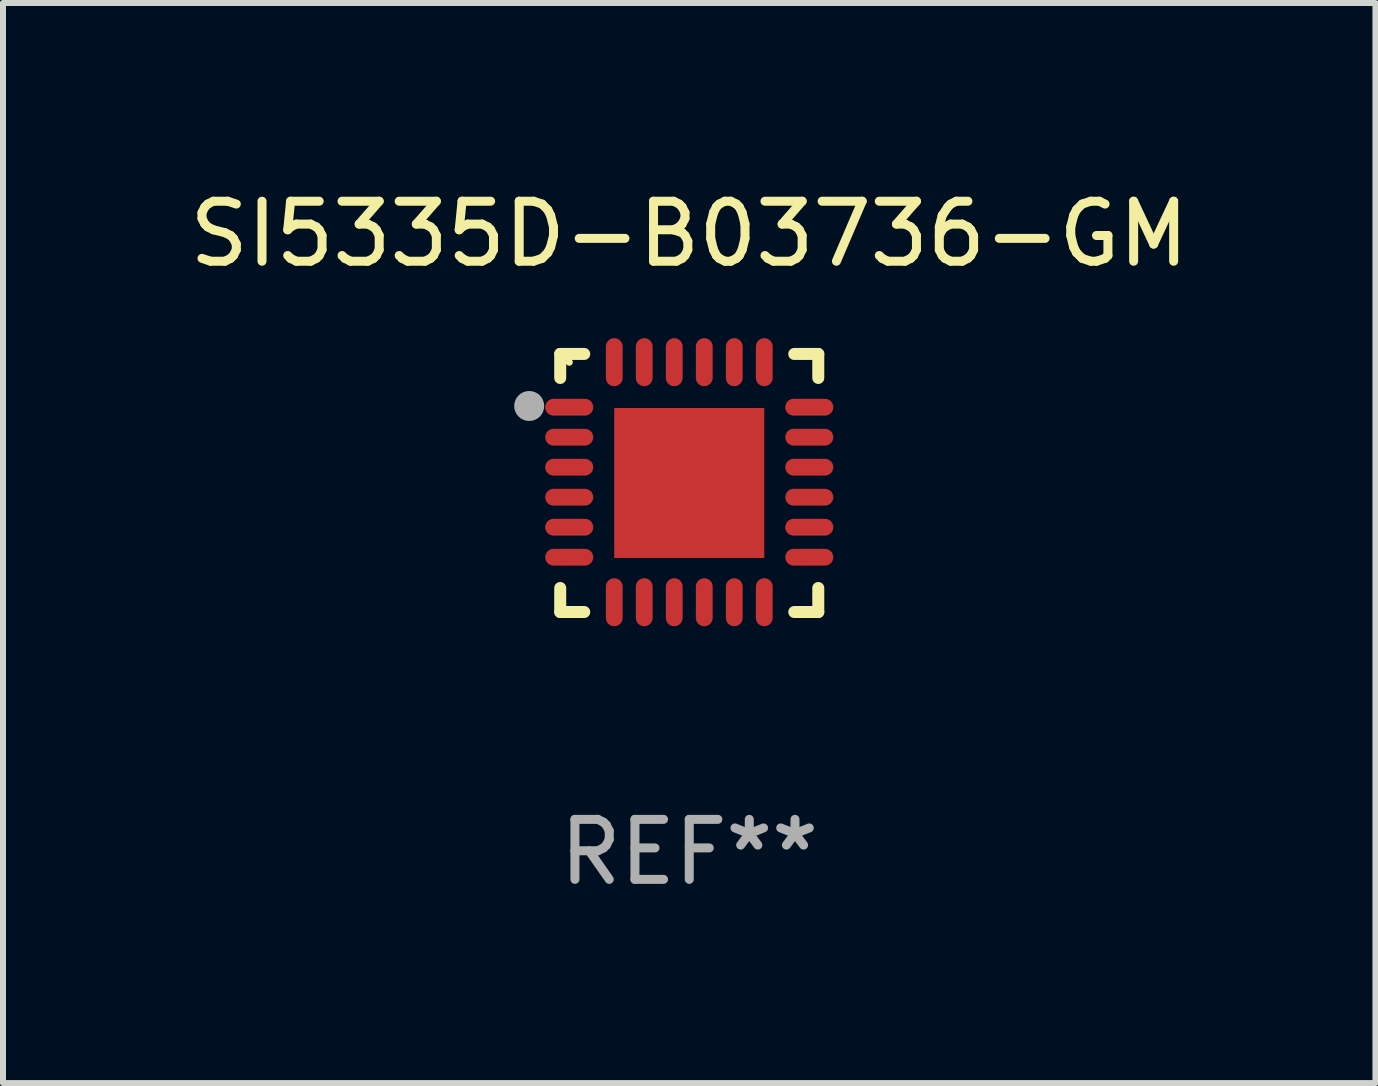
<source format=kicad_pcb>
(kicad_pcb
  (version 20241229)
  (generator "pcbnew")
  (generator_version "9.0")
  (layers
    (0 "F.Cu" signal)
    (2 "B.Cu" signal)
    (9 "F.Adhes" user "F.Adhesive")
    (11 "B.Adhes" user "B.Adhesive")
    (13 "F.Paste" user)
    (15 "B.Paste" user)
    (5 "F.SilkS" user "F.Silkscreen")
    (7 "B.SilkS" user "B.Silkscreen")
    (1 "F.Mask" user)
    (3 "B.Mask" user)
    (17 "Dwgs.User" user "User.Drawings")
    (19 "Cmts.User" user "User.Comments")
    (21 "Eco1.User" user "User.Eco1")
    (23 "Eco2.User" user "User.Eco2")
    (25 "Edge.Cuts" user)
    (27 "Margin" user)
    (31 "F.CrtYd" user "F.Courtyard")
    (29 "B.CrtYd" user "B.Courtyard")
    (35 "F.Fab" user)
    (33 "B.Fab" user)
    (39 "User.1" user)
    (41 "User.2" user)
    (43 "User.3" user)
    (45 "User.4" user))
  (footprint "SI5335D-B03736-GM"
    (layer "F.Cu")
    (at 8.435 4.998)
    (property "Reference" "SI5335D-B03736-GM" (at 0 -4.15 0) (layer "F.SilkS") (effects (font (size 1 1) (thickness 0.15))))
    (attr through_hole)
    (fp_line (start -2.15 -2.15) (end -1.75 -2.15) (stroke (width 0.2) (type solid)) (layer "F.SilkS"))
    (fp_line (start -2.15 -1.75) (end -2.15 -2.15) (stroke (width 0.2) (type solid)) (layer "F.SilkS"))
    (fp_line (start -2.15 2.15) (end -2.15 1.75) (stroke (width 0.2) (type solid)) (layer "F.SilkS"))
    (fp_line (start -1.75 2.15) (end -2.15 2.15) (stroke (width 0.2) (type solid)) (layer "F.SilkS"))
    (fp_line (start 1.75 -2.15) (end 2.15 -2.15) (stroke (width 0.2) (type solid)) (layer "F.SilkS"))
    (fp_line (start 1.75 2.15) (end 2.15 2.15) (stroke (width 0.2) (type solid)) (layer "F.SilkS"))
    (fp_line (start 2.15 -2.15) (end 2.15 -1.75) (stroke (width 0.2) (type solid)) (layer "F.SilkS"))
    (fp_line (start 2.15 2.15) (end 2.15 1.75) (stroke (width 0.2) (type solid)) (layer "F.SilkS"))
    (fp_circle (center -2 -2.013) (end -1.97 -2.013) (stroke (width 0.06) (type solid)) (fill no) (layer "F.SilkS"))
    (fp_circle (center -2.667 -1.283) (end -2.542 -1.283) (stroke (width 0.25) (type solid)) (fill no) (layer "F.Fab"))
    (fp_text user "REF**" (at 0 6.15 0) (layer "F.Fab") (effects (font (size 1 1) (thickness 0.15))))
    (pad "1" smd oval (at -2 -1.263) (size 0.8 0.28) (layers "F.Cu" "F.Mask" "F.Paste"))
    (pad "2" smd oval (at -2 -0.763) (size 0.8 0.28) (layers "F.Cu" "F.Mask" "F.Paste"))
    (pad "3" smd oval (at -2 -0.263) (size 0.8 0.28) (layers "F.Cu" "F.Mask" "F.Paste"))
    (pad "4" smd oval (at -2 0.237) (size 0.8 0.28) (layers "F.Cu" "F.Mask" "F.Paste"))
    (pad "5" smd oval (at -2 0.737) (size 0.8 0.28) (layers "F.Cu" "F.Mask" "F.Paste"))
    (pad "6" smd oval (at -2 1.237) (size 0.8 0.28) (layers "F.Cu" "F.Mask" "F.Paste"))
    (pad "7" smd oval (at -1.25 1.987) (size 0.28 0.8) (layers "F.Cu" "F.Mask" "F.Paste"))
    (pad "8" smd oval (at -0.75 1.987) (size 0.28 0.8) (layers "F.Cu" "F.Mask" "F.Paste"))
    (pad "9" smd oval (at -0.25 1.987) (size 0.28 0.8) (layers "F.Cu" "F.Mask" "F.Paste"))
    (pad "10" smd oval (at 0.25 1.987) (size 0.28 0.8) (layers "F.Cu" "F.Mask" "F.Paste"))
    (pad "11" smd oval (at 0.75 1.987) (size 0.28 0.8) (layers "F.Cu" "F.Mask" "F.Paste"))
    (pad "12" smd oval (at 1.25 1.987) (size 0.28 0.8) (layers "F.Cu" "F.Mask" "F.Paste"))
    (pad "13" smd oval (at 2 1.237) (size 0.8 0.28) (layers "F.Cu" "F.Mask" "F.Paste"))
    (pad "14" smd oval (at 2 0.737) (size 0.8 0.28) (layers "F.Cu" "F.Mask" "F.Paste"))
    (pad "15" smd oval (at 2 0.237) (size 0.8 0.28) (layers "F.Cu" "F.Mask" "F.Paste"))
    (pad "16" smd oval (at 2 -0.263) (size 0.8 0.28) (layers "F.Cu" "F.Mask" "F.Paste"))
    (pad "17" smd oval (at 2 -0.763) (size 0.8 0.28) (layers "F.Cu" "F.Mask" "F.Paste"))
    (pad "18" smd oval (at 2 -1.263) (size 0.8 0.28) (layers "F.Cu" "F.Mask" "F.Paste"))
    (pad "19" smd oval (at 1.25 -2.013) (size 0.28 0.8) (layers "F.Cu" "F.Mask" "F.Paste"))
    (pad "20" smd oval (at 0.75 -2.013) (size 0.28 0.8) (layers "F.Cu" "F.Mask" "F.Paste"))
    (pad "21" smd oval (at 0.25 -2.013) (size 0.28 0.8) (layers "F.Cu" "F.Mask" "F.Paste"))
    (pad "22" smd oval (at -0.25 -2.013) (size 0.28 0.8) (layers "F.Cu" "F.Mask" "F.Paste"))
    (pad "23" smd oval (at -0.75 -2.013) (size 0.28 0.8) (layers "F.Cu" "F.Mask" "F.Paste"))
    (pad "24" smd oval (at -1.25 -2.013) (size 0.28 0.8) (layers "F.Cu" "F.Mask" "F.Paste"))
    (pad "25" smd rect (at -0.000127 -0.00014) (size 2.5 2.5) (layers "F.Cu" "F.Mask" "F.Paste")))
  (gr_rect
    (start -3 -3)
    (end 19.869 14.997)
    (stroke (width 0.1) (type default))
    (fill no)
    (layer "Edge.Cuts")))
</source>
